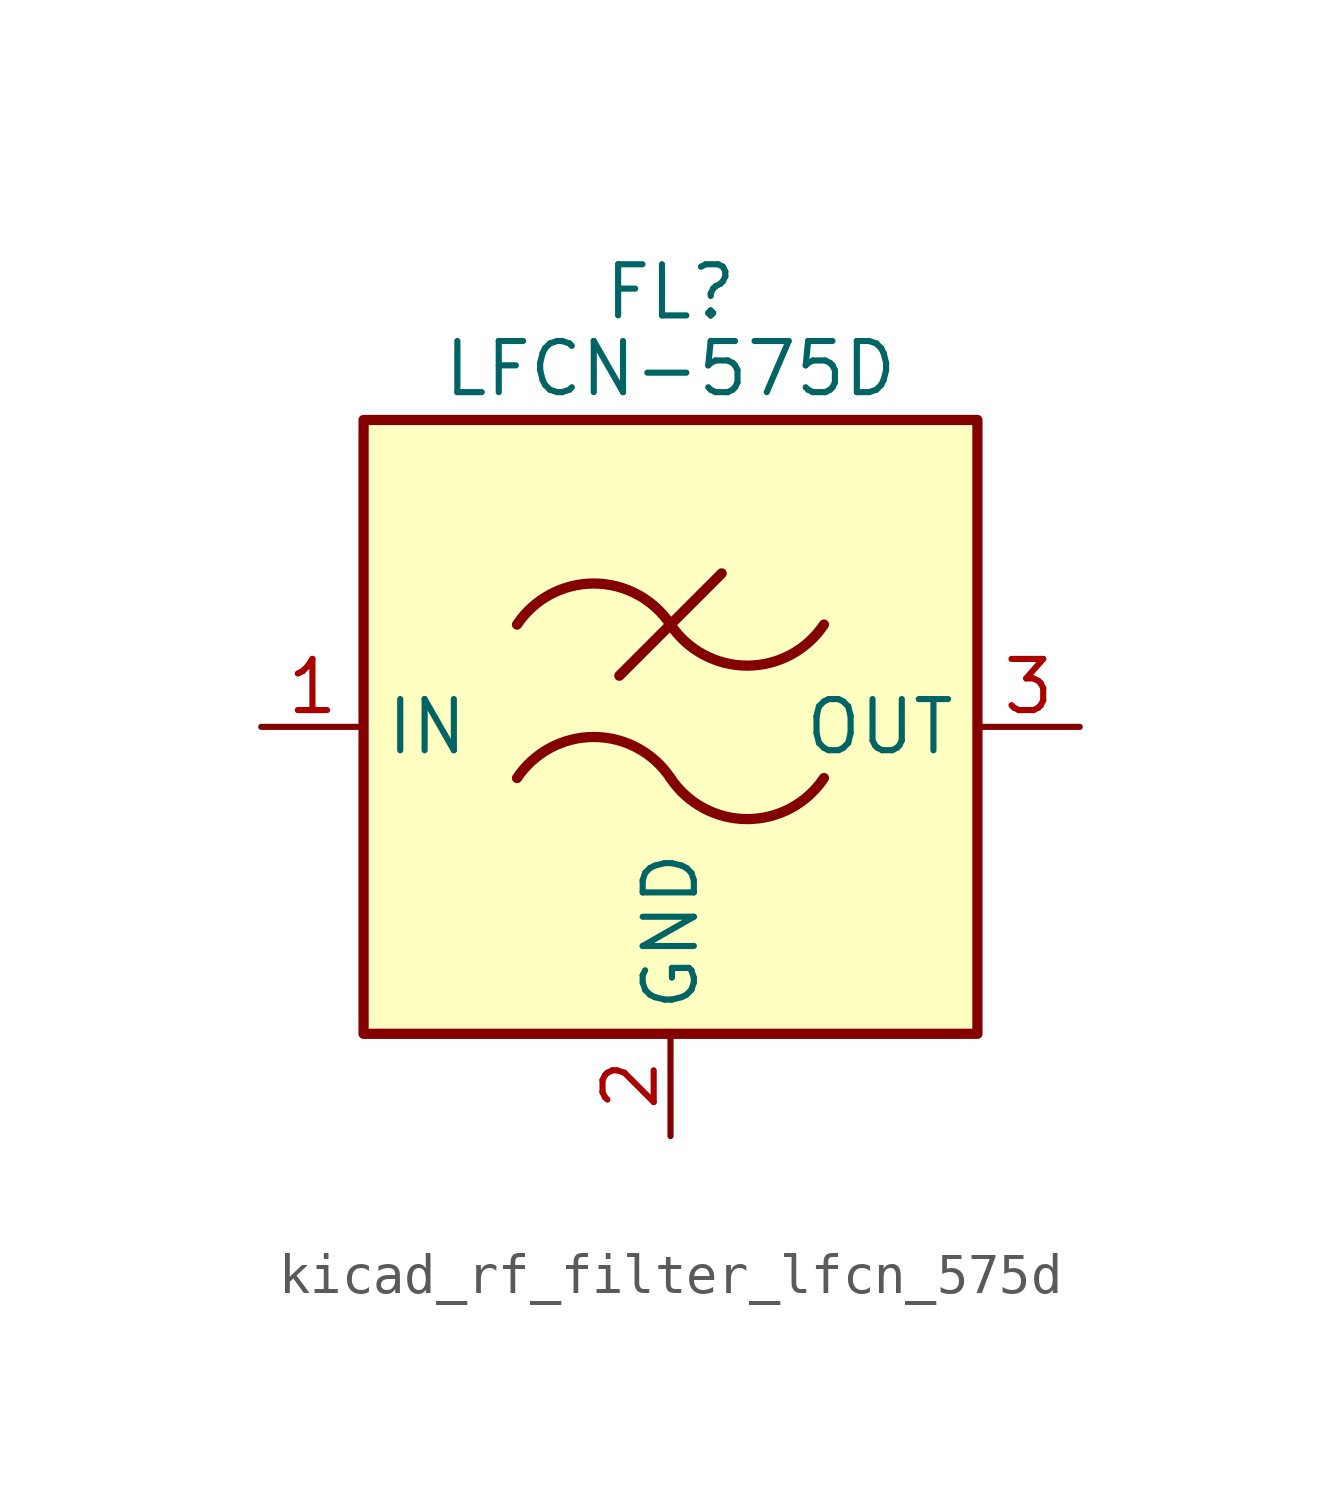
<source format=kicad_sym>
(kicad_symbol_lib
  (version 20220914)
  (generator kicad_symbol_editor)
  (symbol "kicad_rf_filter_lfcn_575d"
    (property "Reference" "FL"
      (at 0 10.795 0)
      (effects (font (size 1.27 1.27))))
    (property "Value" "LFCN-575D"
      (at 0 8.89 0)
      (effects (font (size 1.27 1.27))))
    (symbol "kicad_rf_filter_lfcn_575d_0_1"
      (rectangle (start -7.62 7.62) (end 7.62 -7.62) (stroke (width 0.254) (type default)) (fill (type background)))
      (arc (start 0 -1.27) (mid -1.905 -0.2505) (end -3.81 -1.27) (stroke (width 0.254) (type default)) (fill (type none)))
      (arc (start 0 -1.27) (mid 1.905 -2.2895) (end 3.81 -1.27) (stroke (width 0.254) (type default)) (fill (type none)))
      (polyline (pts (xy -1.27 1.27) (xy 1.27 3.81)) (stroke (width 0.254) (type default)) (fill (type none)))
      (arc (start 0 2.54) (mid -1.905 3.5595) (end -3.81 2.54) (stroke (width 0.254) (type default)) (fill (type none)))
      (arc (start 0 2.54) (mid 1.905 1.5205) (end 3.81 2.54) (stroke (width 0.254) (type default)) (fill (type none))))
    (symbol "kicad_rf_filter_lfcn_575d_1_1"
      (pin passive line (at -10.16 0 0) (length 2.54) (name "IN" (effects (font (size 1.27 1.27)))) (number "1" (effects (font (size 1.27 1.27)))))
      (pin passive line (at 0 -10.16 90) (length 2.54) (name "GND" (effects (font (size 1.27 1.27)))) (number "2" (effects (font (size 1.27 1.27)))))
      (pin passive line (at 10.16 0 180) (length 2.54) (name "OUT" (effects (font (size 1.27 1.27)))) (number "3" (effects (font (size 1.27 1.27)))))
      (pin passive line (at 0 -10.16 90) (length 2.54) hide (name "GND" (effects (font (size 1.27 1.27)))) (number "4" (effects (font (size 1.27 1.27))))))))
</source>
